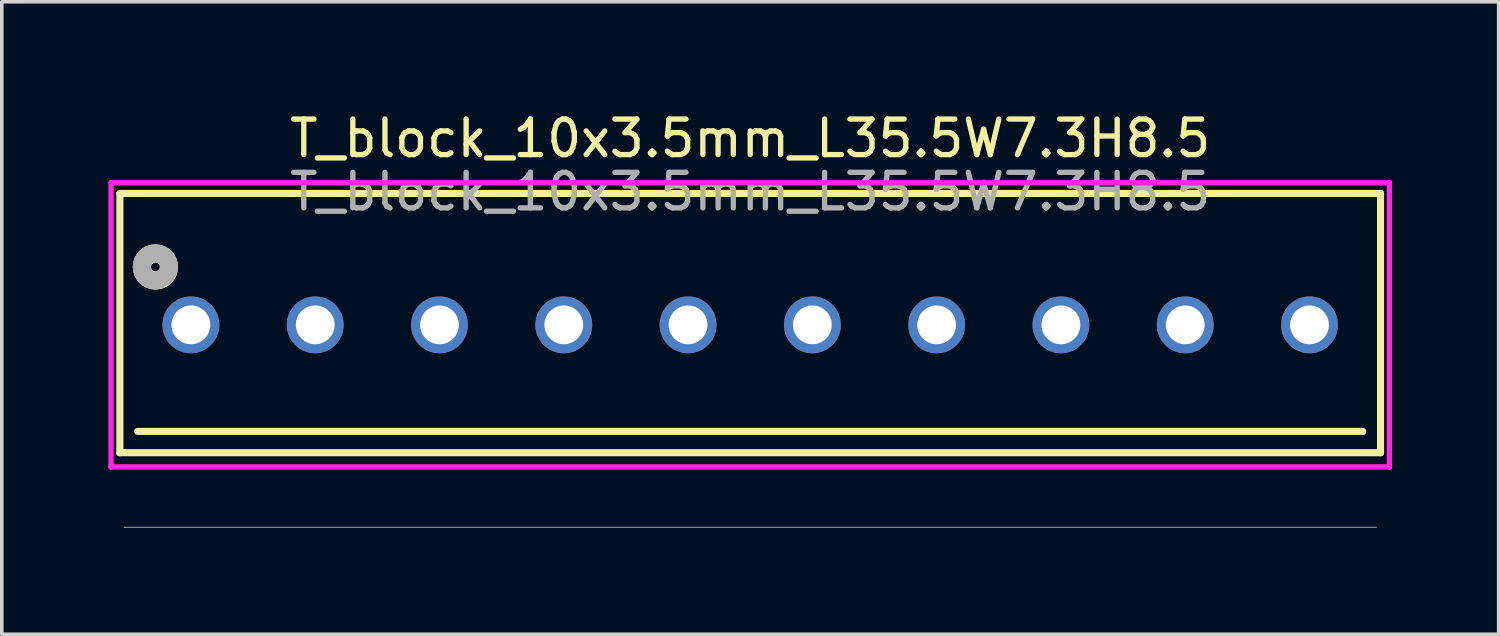
<source format=kicad_pcb>
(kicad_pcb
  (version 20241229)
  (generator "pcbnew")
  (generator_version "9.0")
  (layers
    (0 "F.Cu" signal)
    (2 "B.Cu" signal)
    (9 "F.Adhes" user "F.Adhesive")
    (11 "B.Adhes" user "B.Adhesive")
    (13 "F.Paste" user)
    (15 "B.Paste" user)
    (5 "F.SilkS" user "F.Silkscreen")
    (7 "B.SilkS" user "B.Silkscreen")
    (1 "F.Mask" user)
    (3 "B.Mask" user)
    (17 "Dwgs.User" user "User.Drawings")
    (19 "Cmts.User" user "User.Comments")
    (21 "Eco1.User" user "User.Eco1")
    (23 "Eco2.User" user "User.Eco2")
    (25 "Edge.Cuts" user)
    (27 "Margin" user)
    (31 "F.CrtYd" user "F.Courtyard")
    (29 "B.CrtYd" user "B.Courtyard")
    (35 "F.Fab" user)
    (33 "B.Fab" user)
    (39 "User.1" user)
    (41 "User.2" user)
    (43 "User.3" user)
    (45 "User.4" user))
  (footprint "T_block_10x3.5mm_L35.5W7.3H8.5"
    (layer "F.Cu")
    (at 18.076 6.098)
    (property "Reference" "T_block_10x3.5mm_L35.5W7.3H8.5" (at 0 -5.25 0) (unlocked yes) (layer "F.SilkS") (effects (font (size 1 1) (thickness 0.15))))
    (attr through_hole)
    (fp_line (start -17.75 -3.7) (end -17.75 3.6) (stroke (width 0.2) (type solid)) (layer "F.SilkS"))
    (fp_line (start 17.25 3) (end -17.25 3) (stroke (width 0.2) (type solid)) (layer "F.SilkS"))
    (fp_line (start 17.75 -3.7) (end -17.75 -3.7) (stroke (width 0.2) (type solid)) (layer "F.SilkS"))
    (fp_line (start 17.75 3.6) (end -17.75 3.6) (stroke (width 0.2) (type default)) (layer "F.SilkS"))
    (fp_line (start 17.75 3.6) (end 17.75 -3.7) (stroke (width 0.2) (type solid)) (layer "F.SilkS"))
    (fp_circle (center -16.75 -1.631) (end -16.369 -1.631) (stroke (width 0.508) (type solid)) (fill no) (layer "F.SilkS"))
    (fp_circle (center -16.75 -1.631) (end -16.369 -1.631) (stroke (width 0.508) (type solid)) (fill no) (layer "B.SilkS"))
    (fp_line (start -18 -4) (end -18 4) (stroke (width 0.152) (type solid)) (layer "F.CrtYd"))
    (fp_line (start -18 4) (end 18 4) (stroke (width 0.152) (type solid)) (layer "F.CrtYd"))
    (fp_line (start 18 -4) (end -18 -4) (stroke (width 0.152) (type solid)) (layer "F.CrtYd"))
    (fp_line (start 18 4) (end 18 -4) (stroke (width 0.152) (type solid)) (layer "F.CrtYd"))
    (fp_line (start -17.63 5.7) (end 17.63 5.7) (stroke (width 0.025) (type solid)) (layer "F.Fab"))
    (fp_circle (center -16.75 -1.631) (end -16.369 -1.631) (stroke (width 0.508) (type solid)) (fill no) (layer "F.Fab"))
    (fp_text user "${REFERENCE}" (at 0 -3.75 0) (unlocked yes) (layer "F.Fab") (effects (font (size 1 1) (thickness 0.15))))
    (pad "1" thru_hole circle (at -15.75 0) (size 1.6 1.6) (drill 1.092) (layers "*.Cu" "*.Mask"))
    (pad "2" thru_hole circle (at -12.25 0) (size 1.6 1.6) (drill 1.092) (layers "*.Cu" "*.Mask"))
    (pad "3" thru_hole circle (at -8.75 0) (size 1.6 1.6) (drill 1.092) (layers "*.Cu" "*.Mask"))
    (pad "4" thru_hole circle (at -5.25 0) (size 1.6 1.6) (drill 1.092) (layers "*.Cu" "*.Mask"))
    (pad "5" thru_hole circle (at -1.75 0) (size 1.6 1.6) (drill 1.092) (layers "*.Cu" "*.Mask"))
    (pad "6" thru_hole circle (at 1.75 0) (size 1.6 1.6) (drill 1.092) (layers "*.Cu" "*.Mask"))
    (pad "7" thru_hole circle (at 5.25 0) (size 1.6 1.6) (drill 1.092) (layers "*.Cu" "*.Mask"))
    (pad "8" thru_hole circle (at 8.75 0) (size 1.6 1.6) (drill 1.092) (layers "*.Cu" "*.Mask"))
    (pad "9" thru_hole circle (at 12.25 0) (size 1.6 1.6) (drill 1.092) (layers "*.Cu" "*.Mask"))
    (pad "10" thru_hole circle (at 15.75 0) (size 1.6 1.6) (drill 1.092) (layers "*.Cu" "*.Mask")))
  (gr_rect
    (start -3 -3)
    (end 39.152 14.811)
    (stroke (width 0.1) (type default))
    (fill no)
    (layer "Edge.Cuts")))
</source>
